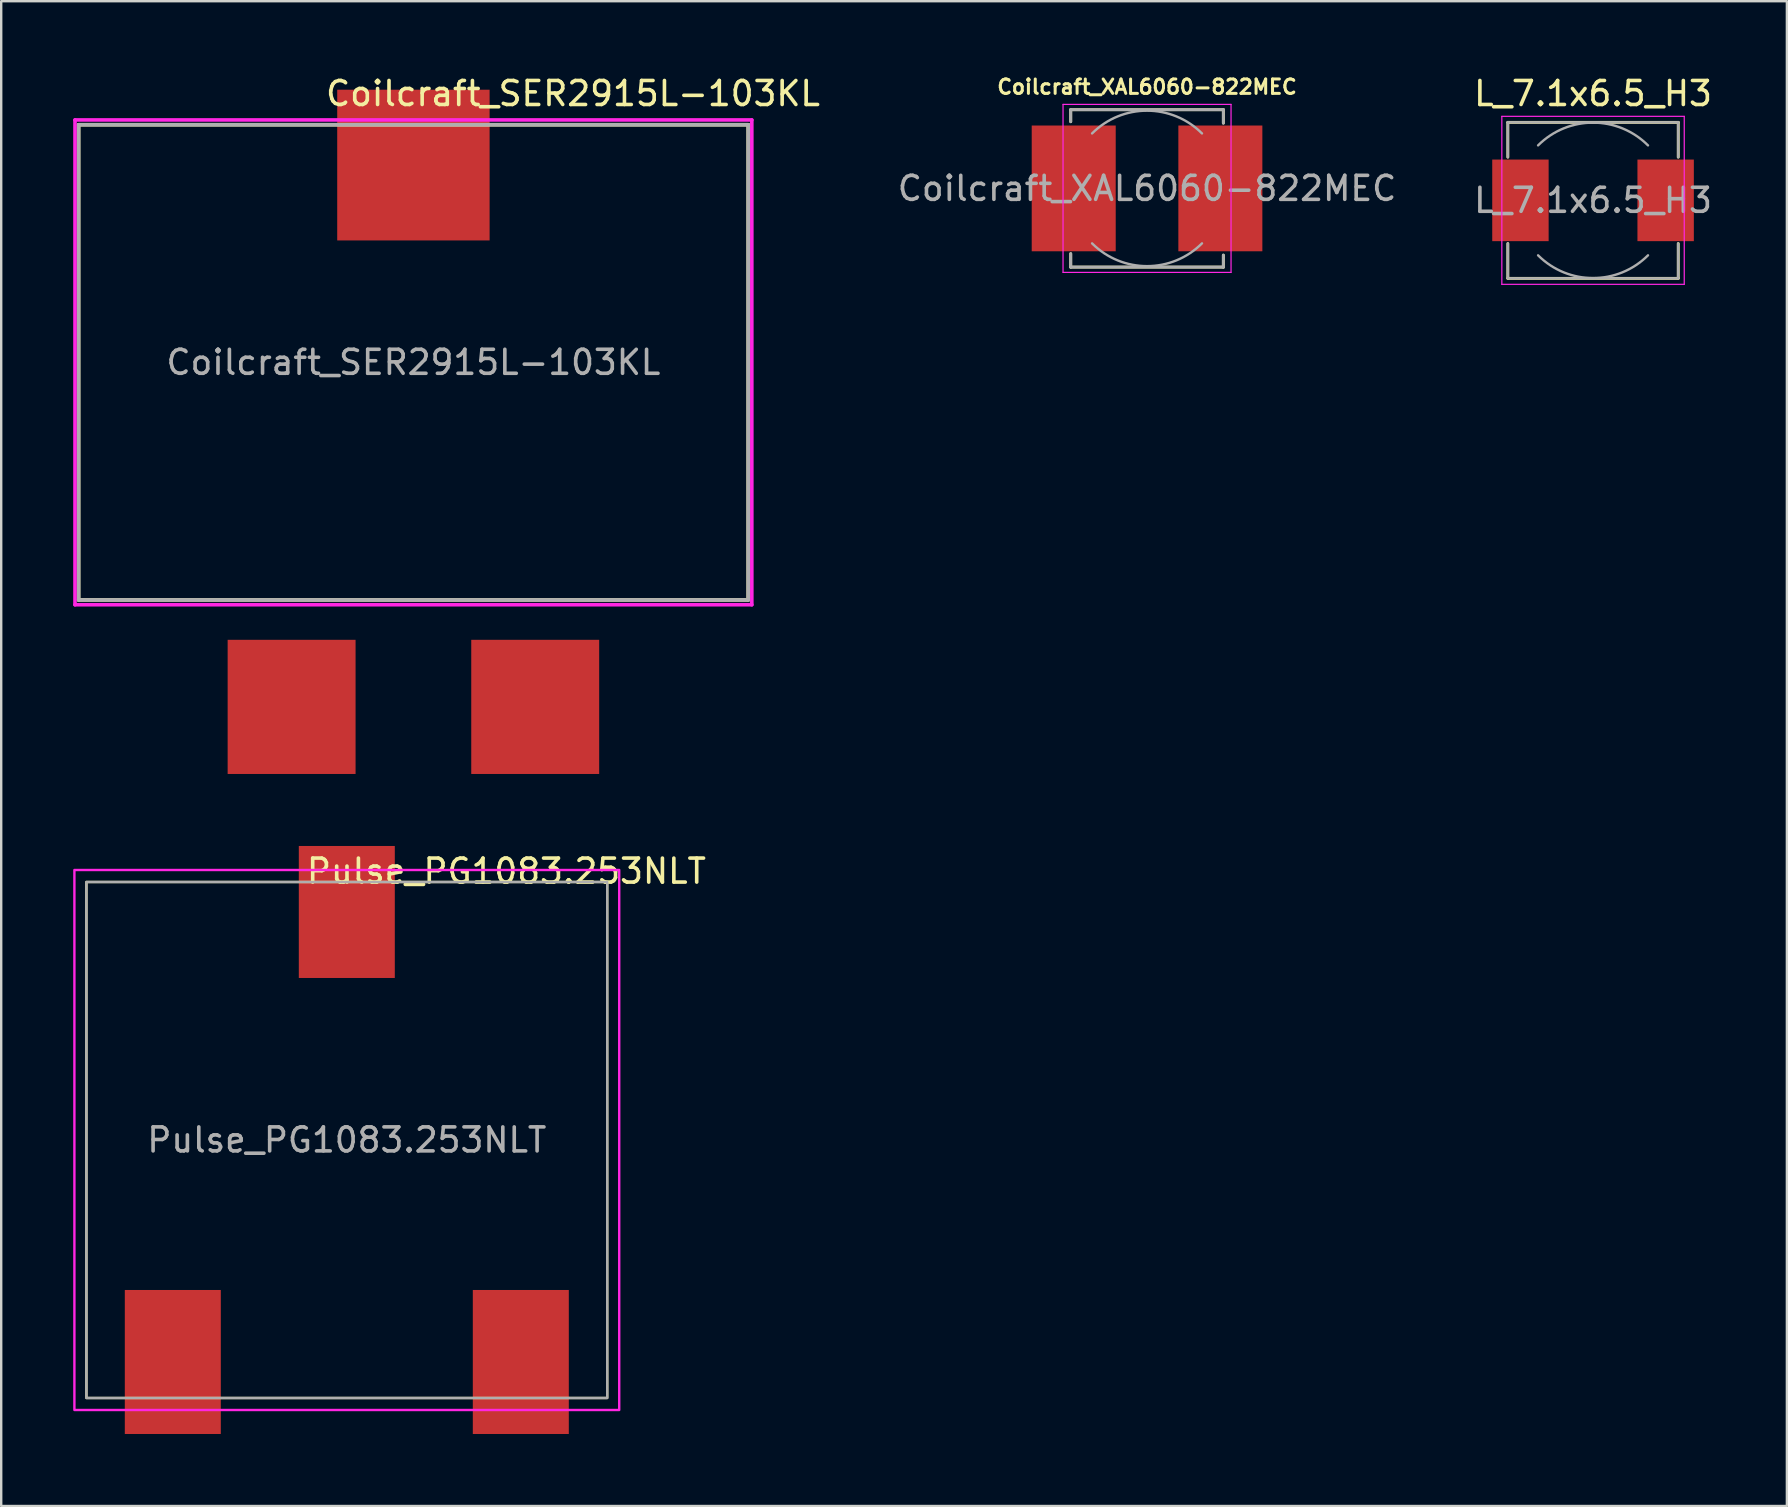
<source format=kicad_pcb>
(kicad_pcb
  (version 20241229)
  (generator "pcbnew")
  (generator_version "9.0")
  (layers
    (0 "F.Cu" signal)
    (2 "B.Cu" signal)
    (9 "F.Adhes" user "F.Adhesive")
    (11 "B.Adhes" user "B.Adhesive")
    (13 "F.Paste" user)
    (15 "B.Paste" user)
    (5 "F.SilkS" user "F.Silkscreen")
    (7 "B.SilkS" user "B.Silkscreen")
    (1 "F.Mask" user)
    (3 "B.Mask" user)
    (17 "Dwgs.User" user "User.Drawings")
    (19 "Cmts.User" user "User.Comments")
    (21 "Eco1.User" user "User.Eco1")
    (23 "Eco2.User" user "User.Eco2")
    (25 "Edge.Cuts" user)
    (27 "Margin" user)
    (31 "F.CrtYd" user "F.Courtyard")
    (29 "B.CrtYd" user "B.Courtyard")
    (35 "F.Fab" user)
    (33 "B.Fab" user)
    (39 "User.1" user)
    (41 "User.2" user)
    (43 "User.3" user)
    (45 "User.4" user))
  (footprint "Pulse_PG1083.253NLT"
    (layer "F.Cu")
    (at 11.4 44.448)
    (property "Reference" "Pulse_PG1083.253NLT" (at 6.65 -11.2 0) (layer "F.SilkS") (effects (font (size 1 1) (thickness 0.15))))
    (attr smd)
    (fp_rect (start -10.85 -10.75) (end 10.85 10.75) (stroke (width 0.1) (type solid)) (fill no) (layer "F.SilkS"))
    (fp_rect (start -11.35 -11.25) (end 11.35 11.25) (stroke (width 0.1) (type solid)) (fill no) (layer "F.CrtYd"))
    (fp_rect (start -10.85 -10.75) (end 10.85 10.75) (stroke (width 0.1) (type solid)) (fill no) (layer "F.Fab"))
    (fp_text user "${REFERENCE}" (at 0 0 0) (layer "F.Fab") (effects (font (size 1 1) (thickness 0.15))))
    (pad "" smd rect (at 0 -9.5) (size 4 5.5) (layers "F.Cu" "F.Mask" "F.Paste"))
    (pad "1" smd rect (at -7.25 9.25) (size 4 6) (layers "F.Cu" "F.Mask" "F.Paste"))
    (pad "2" smd rect (at 7.25 9.25) (size 4 6) (layers "F.Cu" "F.Mask" "F.Paste")))
  (footprint "Coilcraft_SER2915L-103KL"
    (layer "F.Cu")
    (at 14.175 12.048)
    (property "Reference" "Coilcraft_SER2915L-103KL" (at 6.65 -11.2 0) (layer "F.SilkS") (effects (font (size 1 1) (thickness 0.15))))
    (attr smd)
    (fp_line (start -13.95 -9.9) (end -13.95 9.9) (stroke (width 0.15) (type solid)) (layer "F.SilkS"))
    (fp_line (start -13.95 -9.9) (end 13.95 -9.9) (stroke (width 0.15) (type solid)) (layer "F.SilkS"))
    (fp_line (start -13.95 9.9) (end 13.95 9.9) (stroke (width 0.15) (type solid)) (layer "F.SilkS"))
    (fp_line (start 13.95 9.9) (end 13.95 -9.9) (stroke (width 0.15) (type solid)) (layer "F.SilkS"))
    (fp_line (start -14.1 -10.1) (end -14.1 10.1) (stroke (width 0.15) (type solid)) (layer "F.CrtYd"))
    (fp_line (start -14.1 -10.1) (end 14.1 -10.1) (stroke (width 0.15) (type solid)) (layer "F.CrtYd"))
    (fp_line (start -14.1 10.1) (end 14.1 10.1) (stroke (width 0.15) (type solid)) (layer "F.CrtYd"))
    (fp_line (start 14.1 10.1) (end 14.1 -10.1) (stroke (width 0.15) (type solid)) (layer "F.CrtYd"))
    (fp_line (start -13.95 -9.9) (end -13.95 9.9) (stroke (width 0.15) (type solid)) (layer "F.Fab"))
    (fp_line (start -13.95 -9.9) (end 13.95 -9.9) (stroke (width 0.15) (type solid)) (layer "F.Fab"))
    (fp_line (start -13.95 9.9) (end 13.95 9.9) (stroke (width 0.15) (type solid)) (layer "F.Fab"))
    (fp_line (start 13.95 9.9) (end 13.95 -9.9) (stroke (width 0.15) (type solid)) (layer "F.Fab"))
    (fp_text user "${REFERENCE}" (at 0 0 0) (layer "F.Fab") (effects (font (size 1 1) (thickness 0.15))))
    (pad "" smd rect (at 0 -8.22) (size 6.35 6.28) (layers "F.Cu" "F.Mask" "F.Paste"))
    (pad "1" smd rect (at -5.075 14.355) (size 5.33 5.59) (layers "F.Cu" "F.Mask" "F.Paste"))
    (pad "2" smd rect (at 5.075 14.355) (size 5.33 5.59) (layers "F.Cu" "F.Mask" "F.Paste")))
  (footprint "Coilcraft_XAL6060-822MEC"
    (layer "F.Cu")
    (at 44.742 4.8)
    (property "Reference" "Coilcraft_XAL6060-822MEC" (at 0 -4.23 0) (layer "F.SilkS") (effects (font (size 0.6 0.6) (thickness 0.125))))
    (attr smd)
    (fp_line (start -3.18 -3.28) (end 3.18 -3.28) (stroke (width 0.12) (type solid)) (layer "F.SilkS"))
    (fp_line (start -3.18 -2.78) (end -3.18 -3.28) (stroke (width 0.12) (type solid)) (layer "F.SilkS"))
    (fp_line (start -3.18 3.28) (end -3.18 2.72) (stroke (width 0.12) (type solid)) (layer "F.SilkS"))
    (fp_line (start 3.18 -3.28) (end 3.18 -2.72) (stroke (width 0.12) (type solid)) (layer "F.SilkS"))
    (fp_line (start 3.18 2.78) (end 3.18 3.28) (stroke (width 0.12) (type solid)) (layer "F.SilkS"))
    (fp_line (start 3.18 3.28) (end -3.18 3.28) (stroke (width 0.12) (type solid)) (layer "F.SilkS"))
    (fp_line (start -3.5 -3.5) (end -3.5 3.5) (stroke (width 0.05) (type solid)) (layer "F.CrtYd"))
    (fp_line (start -3.5 3.5) (end 3.5 3.5) (stroke (width 0.05) (type solid)) (layer "F.CrtYd"))
    (fp_line (start 3.5 -3.5) (end -3.5 -3.5) (stroke (width 0.05) (type solid)) (layer "F.CrtYd"))
    (fp_line (start 3.5 3.5) (end 3.5 -3.5) (stroke (width 0.05) (type solid)) (layer "F.CrtYd"))
    (fp_line (start -3.18 -3.28) (end 3.18 -3.28) (stroke (width 0.12) (type solid)) (layer "F.Fab"))
    (fp_line (start -3.18 -2.78) (end -3.18 -3.28) (stroke (width 0.12) (type solid)) (layer "F.Fab"))
    (fp_line (start -3.18 3.28) (end -3.18 2.72) (stroke (width 0.12) (type solid)) (layer "F.Fab"))
    (fp_line (start 3.18 -3.28) (end 3.18 -2.72) (stroke (width 0.12) (type solid)) (layer "F.Fab"))
    (fp_line (start 3.18 2.78) (end 3.18 3.28) (stroke (width 0.12) (type solid)) (layer "F.Fab"))
    (fp_line (start 3.18 3.28) (end -3.18 3.28) (stroke (width 0.12) (type solid)) (layer "F.Fab"))
    (fp_arc (start -2.29 -2.29) (mid 0 -3.238549) (end 2.29 -2.29) (stroke (width 0.1) (type solid)) (layer "F.Fab"))
    (fp_arc (start 2.29 2.29) (mid 0 3.238549) (end -2.29 2.29) (stroke (width 0.1) (type solid)) (layer "F.Fab"))
    (fp_text user "${REFERENCE}" (at 0 0 0) (layer "F.Fab") (effects (font (size 1 1) (thickness 0.15))))
    (pad "1" smd rect (at -3.055 0) (size 3.5 5.24) (layers "F.Cu" "F.Mask" "F.Paste"))
    (pad "2" smd rect (at 3.055 0) (size 3.5 5.24) (layers "F.Cu" "F.Mask" "F.Paste")))
  (footprint "L_7.1x6.5_H3"
    (layer "F.Cu")
    (at 63.325 5.298)
    (property "Reference" "L_7.1x6.5_H3" (at 0 -4.45 0) (layer "F.SilkS") (effects (font (size 1 1) (thickness 0.15))))
    (attr smd)
    (fp_line (start -3.55 -3.25) (end 3.55 -3.25) (stroke (width 0.12) (type solid)) (layer "F.SilkS"))
    (fp_line (start -3.55 -1.8) (end -3.55 -3.25) (stroke (width 0.12) (type solid)) (layer "F.SilkS"))
    (fp_line (start -3.55 3.25) (end -3.55 1.8) (stroke (width 0.12) (type solid)) (layer "F.SilkS"))
    (fp_line (start 3.55 -3.25) (end 3.55 -1.8) (stroke (width 0.12) (type solid)) (layer "F.SilkS"))
    (fp_line (start 3.55 1.8) (end 3.55 3.25) (stroke (width 0.12) (type solid)) (layer "F.SilkS"))
    (fp_line (start 3.55 3.25) (end -3.55 3.25) (stroke (width 0.12) (type solid)) (layer "F.SilkS"))
    (fp_line (start -3.8 -3.5) (end -3.8 3.5) (stroke (width 0.05) (type solid)) (layer "F.CrtYd"))
    (fp_line (start -3.8 3.5) (end 3.8 3.5) (stroke (width 0.05) (type solid)) (layer "F.CrtYd"))
    (fp_line (start 3.8 -3.5) (end -3.8 -3.5) (stroke (width 0.05) (type solid)) (layer "F.CrtYd"))
    (fp_line (start 3.8 3.5) (end 3.8 -3.5) (stroke (width 0.05) (type solid)) (layer "F.CrtYd"))
    (fp_line (start -3.55 -3.25) (end -3.55 -1.8) (stroke (width 0.1) (type solid)) (layer "F.Fab"))
    (fp_line (start -3.55 -3.25) (end 3.55 -3.25) (stroke (width 0.1) (type solid)) (layer "F.Fab"))
    (fp_line (start -3.55 3.25) (end -3.55 1.8) (stroke (width 0.1) (type solid)) (layer "F.Fab"))
    (fp_line (start 3.55 -3.25) (end 3.55 -1.8) (stroke (width 0.1) (type solid)) (layer "F.Fab"))
    (fp_line (start 3.55 3.25) (end -3.55 3.25) (stroke (width 0.1) (type solid)) (layer "F.Fab"))
    (fp_line (start 3.55 3.25) (end 3.55 1.8) (stroke (width 0.1) (type solid)) (layer "F.Fab"))
    (fp_arc (start -2.29 -2.29) (mid 0 -3.238549) (end 2.29 -2.29) (stroke (width 0.1) (type solid)) (layer "F.Fab"))
    (fp_arc (start 2.29 2.29) (mid 0 3.238549) (end -2.29 2.29) (stroke (width 0.1) (type solid)) (layer "F.Fab"))
    (fp_text user "${REFERENCE}" (at 0 0 0) (layer "F.Fab") (effects (font (size 1 1) (thickness 0.15))))
    (pad "1" smd rect (at -3.025 0) (size 2.35 3.4) (layers "F.Cu" "F.Mask" "F.Paste"))
    (pad "2" smd rect (at 3.025 0) (size 2.35 3.4) (layers "F.Cu" "F.Mask" "F.Paste")))
  (gr_rect
    (start -3 -3)
    (end 71.402 59.698)
    (stroke (width 0.1) (type default))
    (fill no)
    (layer "Edge.Cuts")))
</source>
